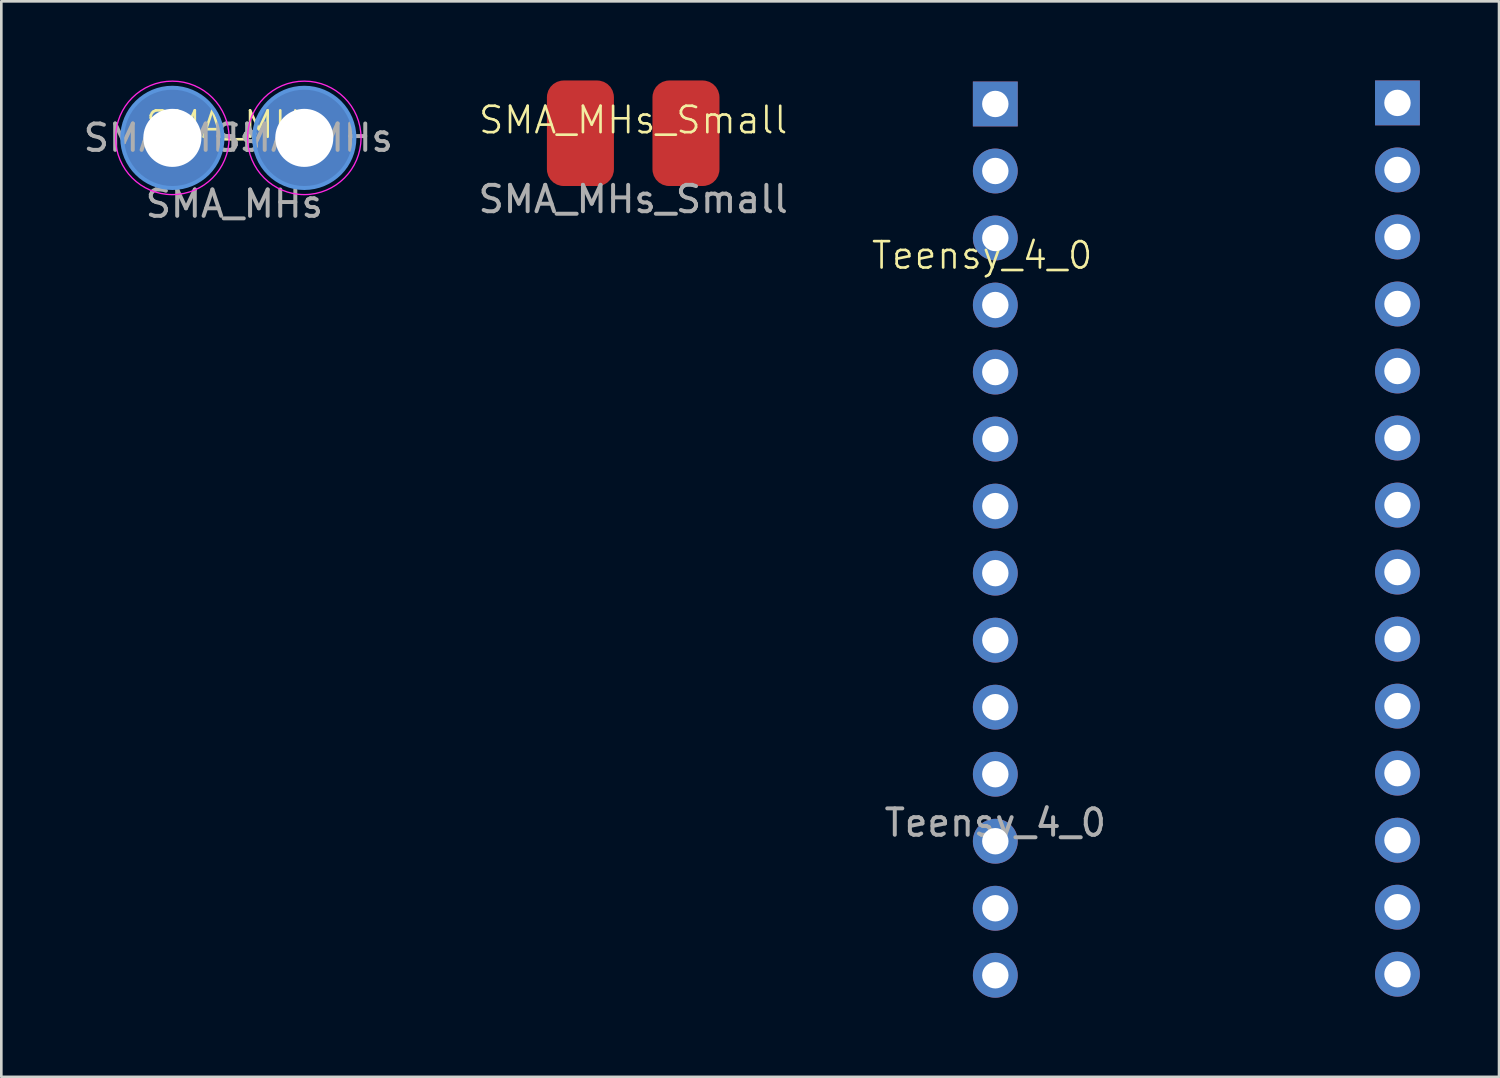
<source format=kicad_pcb>
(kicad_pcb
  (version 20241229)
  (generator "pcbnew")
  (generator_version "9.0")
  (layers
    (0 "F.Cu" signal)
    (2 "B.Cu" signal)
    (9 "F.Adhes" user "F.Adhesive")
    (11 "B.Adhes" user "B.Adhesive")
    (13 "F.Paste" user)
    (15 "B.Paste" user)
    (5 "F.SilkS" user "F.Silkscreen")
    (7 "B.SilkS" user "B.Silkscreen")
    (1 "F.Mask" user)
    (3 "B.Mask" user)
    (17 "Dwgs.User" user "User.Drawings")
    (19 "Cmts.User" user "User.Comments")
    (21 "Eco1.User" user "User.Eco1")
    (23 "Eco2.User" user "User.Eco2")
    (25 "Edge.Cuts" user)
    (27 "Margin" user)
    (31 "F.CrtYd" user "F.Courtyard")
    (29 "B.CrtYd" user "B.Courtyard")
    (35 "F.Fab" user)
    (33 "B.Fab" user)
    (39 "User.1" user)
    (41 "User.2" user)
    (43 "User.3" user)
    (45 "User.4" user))
  (footprint "SMA_MHs_Small"
    (layer "F.Cu")
    (at 20.946 2)
    (property "Reference" "SMA_MHs_Small" (at 0 -0.5 0) (unlocked yes) (layer "F.SilkS") (effects (font (size 1 1) (thickness 0.1))))
    (attr smd)
    (fp_text user "${REFERENCE}" (at 0 2.5 0) (unlocked yes) (layer "F.Fab") (effects (font (size 1 1) (thickness 0.15))))
    (pad "1" smd roundrect (at -2 0) (size 2.54 4) (layers "F.Cu" "F.Mask" "F.Paste") (roundrect_rratio 0.25))
    (pad "2" smd roundrect (at 2 0) (size 2.54 4) (layers "F.Cu" "F.Mask" "F.Paste") (roundrect_rratio 0.25)))
  (footprint "SMA_MHs"
    (layer "F.Cu")
    (at 5.832 2.175)
    (property "Reference" "SMA_MHs" (at 0 -0.5 0) (unlocked yes) (layer "F.SilkS") (effects (font (size 1 1) (thickness 0.1))))
    (attr through_hole)
    (fp_circle (center -2.35 0) (end -0.45 0) (stroke (width 0.15) (type solid)) (fill no) (layer "Cmts.User"))
    (fp_circle (center 2.65 0) (end 4.55 0) (stroke (width 0.15) (type solid)) (fill no) (layer "Cmts.User"))
    (fp_circle (center -2.35 0) (end -0.2 0) (stroke (width 0.05) (type solid)) (fill no) (layer "F.CrtYd"))
    (fp_circle (center 2.65 0) (end 4.8 0) (stroke (width 0.05) (type solid)) (fill no) (layer "F.CrtYd"))
    (fp_text user "${REFERENCE}" (at 2.65 0 0) (layer "F.Fab") (effects (font (size 1 1) (thickness 0.15))))
    (fp_text user "${REFERENCE}" (at -2.35 0 0) (layer "F.Fab") (effects (font (size 1 1) (thickness 0.15))))
    (fp_text user "${REFERENCE}" (at 0 2.5 0) (unlocked yes) (layer "F.Fab") (effects (font (size 1 1) (thickness 0.15))))
    (pad "1" thru_hole circle (at -2.35 0) (size 2.6 2.6) (drill 2.2) (layers "*.Cu" "*.Mask"))
    (pad "1" connect circle (at -2.35 0) (size 3.8 3.8) (layers "F.Cu" "F.Mask"))
    (pad "1" connect circle (at -2.35 0) (size 3.8 3.8) (layers "B.Cu" "B.Mask"))
    (pad "1" connect circle (at 2.65 0) (size 3.8 3.8) (layers "F.Cu" "F.Mask"))
    (pad "1" connect circle (at 2.65 0) (size 3.8 3.8) (layers "B.Cu" "B.Mask"))
    (pad "2" thru_hole circle (at 2.65 0) (size 2.6 2.6) (drill 2.2) (layers "*.Cu" "*.Mask")))
  (footprint "Teensy_4_0"
    (layer "F.Cu")
    (at 34.669 16.13)
    (property "Reference" "Teensy_4_0" (at -0.5 -9.5 0) (unlocked yes) (layer "F.SilkS") (effects (font (size 1 1) (thickness 0.1))))
    (attr through_hole)
    (fp_text user "${REFERENCE}" (at 0 12 0) (unlocked yes) (layer "F.Fab") (effects (font (size 1 1) (thickness 0.15))))
    (pad "1" thru_hole rect (at 0 -15.24) (size 1.7 1.7) (drill 1) (layers "*.Cu" "*.Mask"))
    (pad "2" thru_hole oval (at 0 -12.7) (size 1.7 1.7) (drill 1) (layers "*.Cu" "*.Mask"))
    (pad "3" thru_hole oval (at 0 -10.16) (size 1.7 1.7) (drill 1) (layers "*.Cu" "*.Mask"))
    (pad "4" thru_hole oval (at 0 -7.62) (size 1.7 1.7) (drill 1) (layers "*.Cu" "*.Mask"))
    (pad "5" thru_hole oval (at 0 -5.08) (size 1.7 1.7) (drill 1) (layers "*.Cu" "*.Mask"))
    (pad "6" thru_hole oval (at 0 -2.54) (size 1.7 1.7) (drill 1) (layers "*.Cu" "*.Mask"))
    (pad "7" thru_hole oval (at 0 0) (size 1.7 1.7) (drill 1) (layers "*.Cu" "*.Mask"))
    (pad "8" thru_hole oval (at 0 2.54) (size 1.7 1.7) (drill 1) (layers "*.Cu" "*.Mask"))
    (pad "9" thru_hole oval (at 0 5.08) (size 1.7 1.7) (drill 1) (layers "*.Cu" "*.Mask"))
    (pad "10" thru_hole oval (at 0 7.62) (size 1.7 1.7) (drill 1) (layers "*.Cu" "*.Mask"))
    (pad "11" thru_hole oval (at 0 10.16) (size 1.7 1.7) (drill 1) (layers "*.Cu" "*.Mask"))
    (pad "12" thru_hole oval (at 0 12.7) (size 1.7 1.7) (drill 1) (layers "*.Cu" "*.Mask"))
    (pad "13" thru_hole oval (at 0 15.24) (size 1.7 1.7) (drill 1) (layers "*.Cu" "*.Mask"))
    (pad "14" thru_hole oval (at 0 17.78) (size 1.7 1.7) (drill 1) (layers "*.Cu" "*.Mask"))
    (pad "15" thru_hole oval (at 15.24 17.74) (size 1.7 1.7) (drill 1) (layers "*.Cu" "*.Mask"))
    (pad "16" thru_hole oval (at 15.24 15.2) (size 1.7 1.7) (drill 1) (layers "*.Cu" "*.Mask"))
    (pad "17" thru_hole oval (at 15.24 12.66) (size 1.7 1.7) (drill 1) (layers "*.Cu" "*.Mask"))
    (pad "18" thru_hole oval (at 15.24 10.12) (size 1.7 1.7) (drill 1) (layers "*.Cu" "*.Mask"))
    (pad "19" thru_hole oval (at 15.24 7.58) (size 1.7 1.7) (drill 1) (layers "*.Cu" "*.Mask"))
    (pad "20" thru_hole oval (at 15.24 5.04) (size 1.7 1.7) (drill 1) (layers "*.Cu" "*.Mask"))
    (pad "21" thru_hole oval (at 15.24 2.5) (size 1.7 1.7) (drill 1) (layers "*.Cu" "*.Mask"))
    (pad "22" thru_hole oval (at 15.24 -0.04) (size 1.7 1.7) (drill 1) (layers "*.Cu" "*.Mask"))
    (pad "23" thru_hole oval (at 15.24 -2.58) (size 1.7 1.7) (drill 1) (layers "*.Cu" "*.Mask"))
    (pad "24" thru_hole oval (at 15.24 -5.12) (size 1.7 1.7) (drill 1) (layers "*.Cu" "*.Mask"))
    (pad "25" thru_hole oval (at 15.24 -7.66) (size 1.7 1.7) (drill 1) (layers "*.Cu" "*.Mask"))
    (pad "26" thru_hole oval (at 15.24 -10.2) (size 1.7 1.7) (drill 1) (layers "*.Cu" "*.Mask"))
    (pad "27" thru_hole oval (at 15.24 -12.74) (size 1.7 1.7) (drill 1) (layers "*.Cu" "*.Mask"))
    (pad "28" thru_hole rect (at 15.24 -15.28) (size 1.7 1.7) (drill 1) (layers "*.Cu" "*.Mask")))
  (gr_rect
    (start -3 -3)
    (end 53.759 37.76)
    (stroke (width 0.1) (type default))
    (fill no)
    (layer "Edge.Cuts")))
</source>
